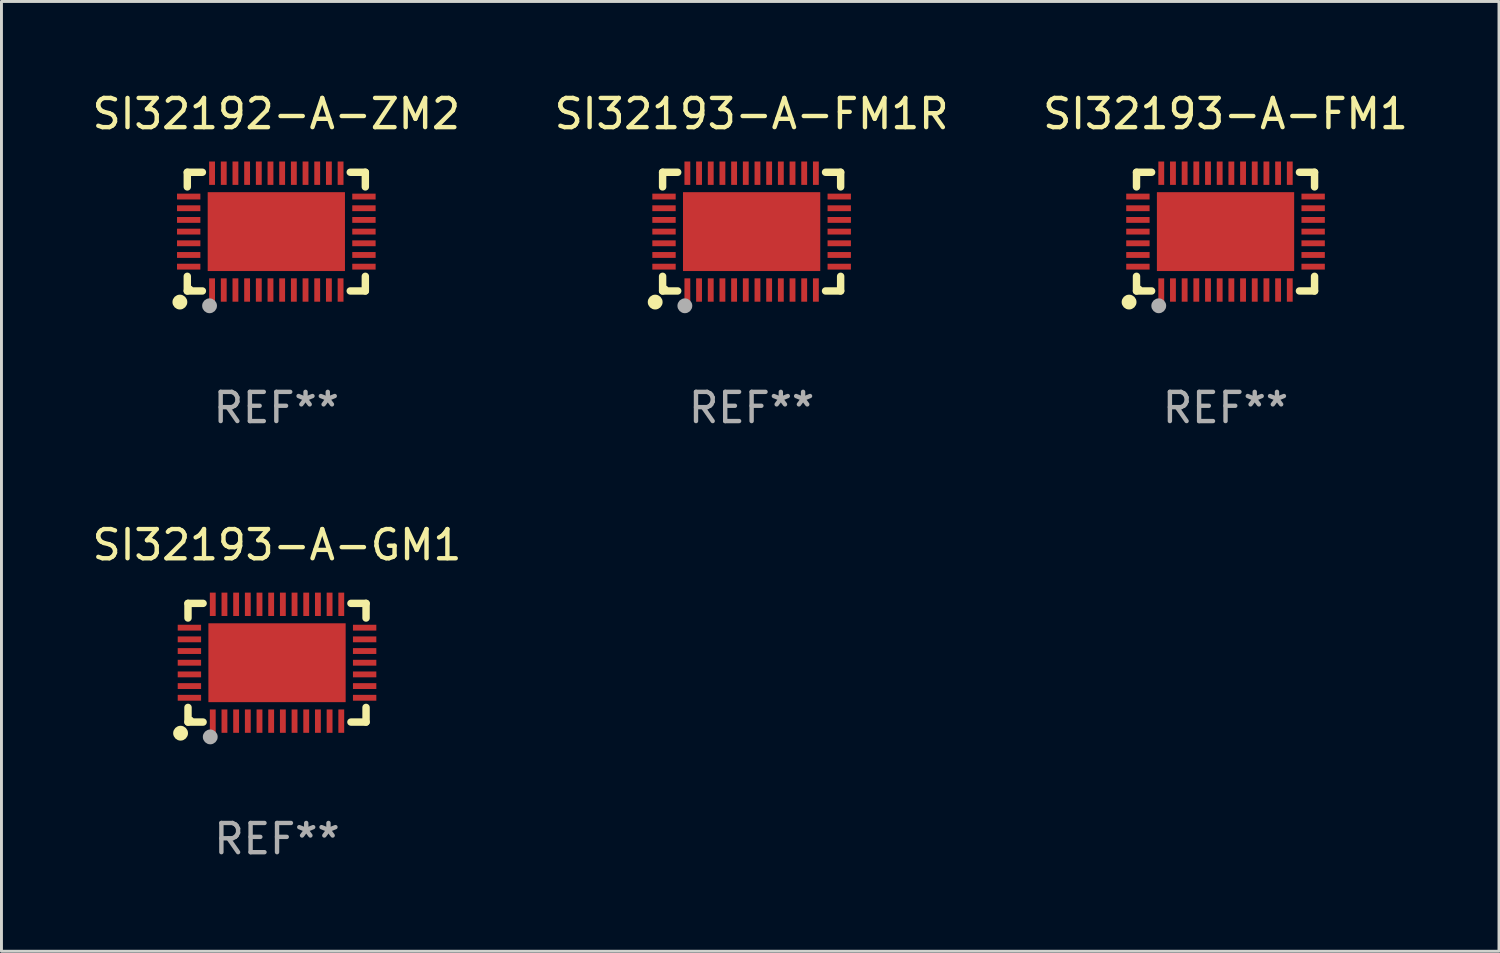
<source format=kicad_pcb>
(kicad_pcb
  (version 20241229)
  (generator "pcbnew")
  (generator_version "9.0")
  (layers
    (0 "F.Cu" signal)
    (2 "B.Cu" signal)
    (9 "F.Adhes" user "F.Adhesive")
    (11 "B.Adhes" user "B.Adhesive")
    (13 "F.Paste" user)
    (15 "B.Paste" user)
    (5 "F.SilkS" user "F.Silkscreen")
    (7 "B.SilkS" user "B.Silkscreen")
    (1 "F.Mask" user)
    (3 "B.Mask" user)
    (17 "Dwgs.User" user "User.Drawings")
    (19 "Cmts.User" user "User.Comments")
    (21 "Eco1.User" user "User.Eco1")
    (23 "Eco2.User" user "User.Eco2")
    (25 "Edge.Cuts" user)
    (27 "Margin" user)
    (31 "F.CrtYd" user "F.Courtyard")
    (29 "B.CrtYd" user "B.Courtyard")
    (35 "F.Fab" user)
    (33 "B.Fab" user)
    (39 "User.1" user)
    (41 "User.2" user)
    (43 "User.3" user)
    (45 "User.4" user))
  (footprint "SI32193-A-GM1"
    (layer "F.Cu")
    (at 6.435 19.641)
    (property "Reference" "SI32193-A-GM1" (at 0 -4.032 0) (layer "F.SilkS") (effects (font (size 1 1) (thickness 0.15))))
    (attr through_hole)
    (fp_line (start -3.048 -2.032) (end -3.048 -1.531) (stroke (width 0.254) (type solid)) (layer "F.SilkS"))
    (fp_line (start -3.048 1.531) (end -3.048 2.032) (stroke (width 0.254) (type solid)) (layer "F.SilkS"))
    (fp_line (start -3.048 2.032) (end -2.531 2.032) (stroke (width 0.254) (type solid)) (layer "F.SilkS"))
    (fp_line (start -2.531 -2.032) (end -3.048 -2.032) (stroke (width 0.254) (type solid)) (layer "F.SilkS"))
    (fp_line (start 2.531 2.032) (end 3.048 2.032) (stroke (width 0.254) (type solid)) (layer "F.SilkS"))
    (fp_line (start 3.048 -2.032) (end 2.531 -2.032) (stroke (width 0.254) (type solid)) (layer "F.SilkS"))
    (fp_line (start 3.048 -1.531) (end 3.048 -2.032) (stroke (width 0.254) (type solid)) (layer "F.SilkS"))
    (fp_line (start 3.048 2.032) (end 3.048 1.531) (stroke (width 0.254) (type solid)) (layer "F.SilkS"))
    (fp_circle (center -3.302 2.413) (end -3.175 2.413) (stroke (width 0.254) (type solid)) (fill no) (layer "F.SilkS"))
    (fp_circle (center -2.95 1.95) (end -2.9 1.95) (stroke (width 0.1) (type solid)) (fill no) (layer "F.SilkS"))
    (fp_circle (center -2.286 2.54) (end -2.159 2.54) (stroke (width 0.254) (type solid)) (fill no) (layer "F.Fab"))
    (fp_text user "REF**" (at 0 6.032 0) (layer "F.Fab") (effects (font (size 1 1) (thickness 0.15))))
    (pad "1" smd rect (at -2.2 2 90) (size 0.8 0.2) (layers "F.Cu" "F.Mask" "F.Paste"))
    (pad "2" smd rect (at -1.8 2 90) (size 0.8 0.2) (layers "F.Cu" "F.Mask" "F.Paste"))
    (pad "3" smd rect (at -1.4 2 90) (size 0.8 0.2) (layers "F.Cu" "F.Mask" "F.Paste"))
    (pad "4" smd rect (at -1 2 90) (size 0.8 0.2) (layers "F.Cu" "F.Mask" "F.Paste"))
    (pad "5" smd rect (at -0.6 2 90) (size 0.8 0.2) (layers "F.Cu" "F.Mask" "F.Paste"))
    (pad "6" smd rect (at -0.2 2 90) (size 0.8 0.2) (layers "F.Cu" "F.Mask" "F.Paste"))
    (pad "7" smd rect (at 0.2 2 90) (size 0.8 0.2) (layers "F.Cu" "F.Mask" "F.Paste"))
    (pad "8" smd rect (at 0.6 2 90) (size 0.8 0.2) (layers "F.Cu" "F.Mask" "F.Paste"))
    (pad "9" smd rect (at 1 2 90) (size 0.8 0.2) (layers "F.Cu" "F.Mask" "F.Paste"))
    (pad "10" smd rect (at 1.4 2 90) (size 0.8 0.2) (layers "F.Cu" "F.Mask" "F.Paste"))
    (pad "11" smd rect (at 1.8 2 90) (size 0.8 0.2) (layers "F.Cu" "F.Mask" "F.Paste"))
    (pad "12" smd rect (at 2.2 2 90) (size 0.8 0.2) (layers "F.Cu" "F.Mask" "F.Paste"))
    (pad "13" smd rect (at 3 1.2 180) (size 0.8 0.2) (layers "F.Cu" "F.Mask" "F.Paste"))
    (pad "14" smd rect (at 3 0.8 180) (size 0.8 0.2) (layers "F.Cu" "F.Mask" "F.Paste"))
    (pad "15" smd rect (at 3 0.4 180) (size 0.8 0.2) (layers "F.Cu" "F.Mask" "F.Paste"))
    (pad "16" smd rect (at 3 0.000076 180) (size 0.8 0.2) (layers "F.Cu" "F.Mask" "F.Paste"))
    (pad "17" smd rect (at 3 -0.4 180) (size 0.8 0.2) (layers "F.Cu" "F.Mask" "F.Paste"))
    (pad "18" smd rect (at 3 -0.8 180) (size 0.8 0.2) (layers "F.Cu" "F.Mask" "F.Paste"))
    (pad "19" smd rect (at 3 -1.2 180) (size 0.8 0.2) (layers "F.Cu" "F.Mask" "F.Paste"))
    (pad "20" smd rect (at 2.2 -2 270) (size 0.8 0.2) (layers "F.Cu" "F.Mask" "F.Paste"))
    (pad "21" smd rect (at 1.8 -2 270) (size 0.8 0.2) (layers "F.Cu" "F.Mask" "F.Paste"))
    (pad "22" smd rect (at 1.4 -2 270) (size 0.8 0.2) (layers "F.Cu" "F.Mask" "F.Paste"))
    (pad "23" smd rect (at 1 -2 270) (size 0.8 0.2) (layers "F.Cu" "F.Mask" "F.Paste"))
    (pad "24" smd rect (at 0.6 -2 270) (size 0.8 0.2) (layers "F.Cu" "F.Mask" "F.Paste"))
    (pad "25" smd rect (at 0.2 -2 270) (size 0.8 0.2) (layers "F.Cu" "F.Mask" "F.Paste"))
    (pad "26" smd rect (at -0.2 -2 270) (size 0.8 0.2) (layers "F.Cu" "F.Mask" "F.Paste"))
    (pad "27" smd rect (at -0.6 -2 270) (size 0.8 0.2) (layers "F.Cu" "F.Mask" "F.Paste"))
    (pad "28" smd rect (at -1 -2 270) (size 0.8 0.2) (layers "F.Cu" "F.Mask" "F.Paste"))
    (pad "29" smd rect (at -1.4 -2 270) (size 0.8 0.2) (layers "F.Cu" "F.Mask" "F.Paste"))
    (pad "30" smd rect (at -1.8 -2 270) (size 0.8 0.2) (layers "F.Cu" "F.Mask" "F.Paste"))
    (pad "31" smd rect (at -2.2 -2 270) (size 0.8 0.2) (layers "F.Cu" "F.Mask" "F.Paste"))
    (pad "32" smd rect (at -3 -1.2) (size 0.8 0.2) (layers "F.Cu" "F.Mask" "F.Paste"))
    (pad "33" smd rect (at -3 -0.8) (size 0.8 0.2) (layers "F.Cu" "F.Mask" "F.Paste"))
    (pad "34" smd rect (at -3 -0.4) (size 0.8 0.2) (layers "F.Cu" "F.Mask" "F.Paste"))
    (pad "35" smd rect (at -3 0.000076) (size 0.8 0.2) (layers "F.Cu" "F.Mask" "F.Paste"))
    (pad "36" smd rect (at -3 0.4) (size 0.8 0.2) (layers "F.Cu" "F.Mask" "F.Paste"))
    (pad "37" smd rect (at -3 0.8) (size 0.8 0.2) (layers "F.Cu" "F.Mask" "F.Paste"))
    (pad "38" smd rect (at -3 1.2) (size 0.8 0.2) (layers "F.Cu" "F.Mask" "F.Paste"))
    (pad "39" smd rect (at 0.000127 0.000076) (size 4.7 2.7) (layers "F.Cu" "F.Mask" "F.Paste")))
  (footprint "SI32192-A-ZM2"
    (layer "F.Cu")
    (at 6.411 4.88)
    (property "Reference" "SI32192-A-ZM2" (at 0 -4.032 0) (layer "F.SilkS") (effects (font (size 1 1) (thickness 0.15))))
    (attr through_hole)
    (fp_line (start -3.048 -2.032) (end -3.048 -1.531) (stroke (width 0.254) (type solid)) (layer "F.SilkS"))
    (fp_line (start -3.048 1.531) (end -3.048 2.032) (stroke (width 0.254) (type solid)) (layer "F.SilkS"))
    (fp_line (start -3.048 2.032) (end -2.531 2.032) (stroke (width 0.254) (type solid)) (layer "F.SilkS"))
    (fp_line (start -2.531 -2.032) (end -3.048 -2.032) (stroke (width 0.254) (type solid)) (layer "F.SilkS"))
    (fp_line (start 2.531 2.032) (end 3.048 2.032) (stroke (width 0.254) (type solid)) (layer "F.SilkS"))
    (fp_line (start 3.048 -2.032) (end 2.531 -2.032) (stroke (width 0.254) (type solid)) (layer "F.SilkS"))
    (fp_line (start 3.048 -1.531) (end 3.048 -2.032) (stroke (width 0.254) (type solid)) (layer "F.SilkS"))
    (fp_line (start 3.048 2.032) (end 3.048 1.531) (stroke (width 0.254) (type solid)) (layer "F.SilkS"))
    (fp_circle (center -3.302 2.413) (end -3.175 2.413) (stroke (width 0.254) (type solid)) (fill no) (layer "F.SilkS"))
    (fp_circle (center -2.95 1.95) (end -2.9 1.95) (stroke (width 0.1) (type solid)) (fill no) (layer "F.SilkS"))
    (fp_circle (center -2.286 2.54) (end -2.159 2.54) (stroke (width 0.254) (type solid)) (fill no) (layer "F.Fab"))
    (fp_text user "REF**" (at 0 6.032 0) (layer "F.Fab") (effects (font (size 1 1) (thickness 0.15))))
    (pad "1" smd rect (at -2.2 2 90) (size 0.8 0.2) (layers "F.Cu" "F.Mask" "F.Paste"))
    (pad "2" smd rect (at -1.8 2 90) (size 0.8 0.2) (layers "F.Cu" "F.Mask" "F.Paste"))
    (pad "3" smd rect (at -1.4 2 90) (size 0.8 0.2) (layers "F.Cu" "F.Mask" "F.Paste"))
    (pad "4" smd rect (at -1 2 90) (size 0.8 0.2) (layers "F.Cu" "F.Mask" "F.Paste"))
    (pad "5" smd rect (at -0.6 2 90) (size 0.8 0.2) (layers "F.Cu" "F.Mask" "F.Paste"))
    (pad "6" smd rect (at -0.2 2 90) (size 0.8 0.2) (layers "F.Cu" "F.Mask" "F.Paste"))
    (pad "7" smd rect (at 0.2 2 90) (size 0.8 0.2) (layers "F.Cu" "F.Mask" "F.Paste"))
    (pad "8" smd rect (at 0.6 2 90) (size 0.8 0.2) (layers "F.Cu" "F.Mask" "F.Paste"))
    (pad "9" smd rect (at 1 2 90) (size 0.8 0.2) (layers "F.Cu" "F.Mask" "F.Paste"))
    (pad "10" smd rect (at 1.4 2 90) (size 0.8 0.2) (layers "F.Cu" "F.Mask" "F.Paste"))
    (pad "11" smd rect (at 1.8 2 90) (size 0.8 0.2) (layers "F.Cu" "F.Mask" "F.Paste"))
    (pad "12" smd rect (at 2.2 2 90) (size 0.8 0.2) (layers "F.Cu" "F.Mask" "F.Paste"))
    (pad "13" smd rect (at 3 1.2 180) (size 0.8 0.2) (layers "F.Cu" "F.Mask" "F.Paste"))
    (pad "14" smd rect (at 3 0.8 180) (size 0.8 0.2) (layers "F.Cu" "F.Mask" "F.Paste"))
    (pad "15" smd rect (at 3 0.4 180) (size 0.8 0.2) (layers "F.Cu" "F.Mask" "F.Paste"))
    (pad "16" smd rect (at 3 0.000076 180) (size 0.8 0.2) (layers "F.Cu" "F.Mask" "F.Paste"))
    (pad "17" smd rect (at 3 -0.4 180) (size 0.8 0.2) (layers "F.Cu" "F.Mask" "F.Paste"))
    (pad "18" smd rect (at 3 -0.8 180) (size 0.8 0.2) (layers "F.Cu" "F.Mask" "F.Paste"))
    (pad "19" smd rect (at 3 -1.2 180) (size 0.8 0.2) (layers "F.Cu" "F.Mask" "F.Paste"))
    (pad "20" smd rect (at 2.2 -2 270) (size 0.8 0.2) (layers "F.Cu" "F.Mask" "F.Paste"))
    (pad "21" smd rect (at 1.8 -2 270) (size 0.8 0.2) (layers "F.Cu" "F.Mask" "F.Paste"))
    (pad "22" smd rect (at 1.4 -2 270) (size 0.8 0.2) (layers "F.Cu" "F.Mask" "F.Paste"))
    (pad "23" smd rect (at 1 -2 270) (size 0.8 0.2) (layers "F.Cu" "F.Mask" "F.Paste"))
    (pad "24" smd rect (at 0.6 -2 270) (size 0.8 0.2) (layers "F.Cu" "F.Mask" "F.Paste"))
    (pad "25" smd rect (at 0.2 -2 270) (size 0.8 0.2) (layers "F.Cu" "F.Mask" "F.Paste"))
    (pad "26" smd rect (at -0.2 -2 270) (size 0.8 0.2) (layers "F.Cu" "F.Mask" "F.Paste"))
    (pad "27" smd rect (at -0.6 -2 270) (size 0.8 0.2) (layers "F.Cu" "F.Mask" "F.Paste"))
    (pad "28" smd rect (at -1 -2 270) (size 0.8 0.2) (layers "F.Cu" "F.Mask" "F.Paste"))
    (pad "29" smd rect (at -1.4 -2 270) (size 0.8 0.2) (layers "F.Cu" "F.Mask" "F.Paste"))
    (pad "30" smd rect (at -1.8 -2 270) (size 0.8 0.2) (layers "F.Cu" "F.Mask" "F.Paste"))
    (pad "31" smd rect (at -2.2 -2 270) (size 0.8 0.2) (layers "F.Cu" "F.Mask" "F.Paste"))
    (pad "32" smd rect (at -3 -1.2) (size 0.8 0.2) (layers "F.Cu" "F.Mask" "F.Paste"))
    (pad "33" smd rect (at -3 -0.8) (size 0.8 0.2) (layers "F.Cu" "F.Mask" "F.Paste"))
    (pad "34" smd rect (at -3 -0.4) (size 0.8 0.2) (layers "F.Cu" "F.Mask" "F.Paste"))
    (pad "35" smd rect (at -3 0.000076) (size 0.8 0.2) (layers "F.Cu" "F.Mask" "F.Paste"))
    (pad "36" smd rect (at -3 0.4) (size 0.8 0.2) (layers "F.Cu" "F.Mask" "F.Paste"))
    (pad "37" smd rect (at -3 0.8) (size 0.8 0.2) (layers "F.Cu" "F.Mask" "F.Paste"))
    (pad "38" smd rect (at -3 1.2) (size 0.8 0.2) (layers "F.Cu" "F.Mask" "F.Paste"))
    (pad "39" smd rect (at 0.000127 0.000076) (size 4.7 2.7) (layers "F.Cu" "F.Mask" "F.Paste")))
  (footprint "SI32193-A-FM1R"
    (layer "F.Cu")
    (at 22.685 4.88)
    (property "Reference" "SI32193-A-FM1R" (at 0 -4.032 0) (layer "F.SilkS") (effects (font (size 1 1) (thickness 0.15))))
    (attr through_hole)
    (fp_line (start -3.048 -2.032) (end -3.048 -1.531) (stroke (width 0.254) (type solid)) (layer "F.SilkS"))
    (fp_line (start -3.048 1.531) (end -3.048 2.032) (stroke (width 0.254) (type solid)) (layer "F.SilkS"))
    (fp_line (start -3.048 2.032) (end -2.531 2.032) (stroke (width 0.254) (type solid)) (layer "F.SilkS"))
    (fp_line (start -2.531 -2.032) (end -3.048 -2.032) (stroke (width 0.254) (type solid)) (layer "F.SilkS"))
    (fp_line (start 2.531 2.032) (end 3.048 2.032) (stroke (width 0.254) (type solid)) (layer "F.SilkS"))
    (fp_line (start 3.048 -2.032) (end 2.531 -2.032) (stroke (width 0.254) (type solid)) (layer "F.SilkS"))
    (fp_line (start 3.048 -1.531) (end 3.048 -2.032) (stroke (width 0.254) (type solid)) (layer "F.SilkS"))
    (fp_line (start 3.048 2.032) (end 3.048 1.531) (stroke (width 0.254) (type solid)) (layer "F.SilkS"))
    (fp_circle (center -3.302 2.413) (end -3.175 2.413) (stroke (width 0.254) (type solid)) (fill no) (layer "F.SilkS"))
    (fp_circle (center -2.95 1.95) (end -2.9 1.95) (stroke (width 0.1) (type solid)) (fill no) (layer "F.SilkS"))
    (fp_circle (center -2.286 2.54) (end -2.159 2.54) (stroke (width 0.254) (type solid)) (fill no) (layer "F.Fab"))
    (fp_text user "REF**" (at 0 6.032 0) (layer "F.Fab") (effects (font (size 1 1) (thickness 0.15))))
    (pad "1" smd rect (at -2.2 2 90) (size 0.8 0.2) (layers "F.Cu" "F.Mask" "F.Paste"))
    (pad "2" smd rect (at -1.8 2 90) (size 0.8 0.2) (layers "F.Cu" "F.Mask" "F.Paste"))
    (pad "3" smd rect (at -1.4 2 90) (size 0.8 0.2) (layers "F.Cu" "F.Mask" "F.Paste"))
    (pad "4" smd rect (at -1 2 90) (size 0.8 0.2) (layers "F.Cu" "F.Mask" "F.Paste"))
    (pad "5" smd rect (at -0.6 2 90) (size 0.8 0.2) (layers "F.Cu" "F.Mask" "F.Paste"))
    (pad "6" smd rect (at -0.2 2 90) (size 0.8 0.2) (layers "F.Cu" "F.Mask" "F.Paste"))
    (pad "7" smd rect (at 0.2 2 90) (size 0.8 0.2) (layers "F.Cu" "F.Mask" "F.Paste"))
    (pad "8" smd rect (at 0.6 2 90) (size 0.8 0.2) (layers "F.Cu" "F.Mask" "F.Paste"))
    (pad "9" smd rect (at 1 2 90) (size 0.8 0.2) (layers "F.Cu" "F.Mask" "F.Paste"))
    (pad "10" smd rect (at 1.4 2 90) (size 0.8 0.2) (layers "F.Cu" "F.Mask" "F.Paste"))
    (pad "11" smd rect (at 1.8 2 90) (size 0.8 0.2) (layers "F.Cu" "F.Mask" "F.Paste"))
    (pad "12" smd rect (at 2.2 2 90) (size 0.8 0.2) (layers "F.Cu" "F.Mask" "F.Paste"))
    (pad "13" smd rect (at 3 1.2 180) (size 0.8 0.2) (layers "F.Cu" "F.Mask" "F.Paste"))
    (pad "14" smd rect (at 3 0.8 180) (size 0.8 0.2) (layers "F.Cu" "F.Mask" "F.Paste"))
    (pad "15" smd rect (at 3 0.4 180) (size 0.8 0.2) (layers "F.Cu" "F.Mask" "F.Paste"))
    (pad "16" smd rect (at 3 0.000076 180) (size 0.8 0.2) (layers "F.Cu" "F.Mask" "F.Paste"))
    (pad "17" smd rect (at 3 -0.4 180) (size 0.8 0.2) (layers "F.Cu" "F.Mask" "F.Paste"))
    (pad "18" smd rect (at 3 -0.8 180) (size 0.8 0.2) (layers "F.Cu" "F.Mask" "F.Paste"))
    (pad "19" smd rect (at 3 -1.2 180) (size 0.8 0.2) (layers "F.Cu" "F.Mask" "F.Paste"))
    (pad "20" smd rect (at 2.2 -2 270) (size 0.8 0.2) (layers "F.Cu" "F.Mask" "F.Paste"))
    (pad "21" smd rect (at 1.8 -2 270) (size 0.8 0.2) (layers "F.Cu" "F.Mask" "F.Paste"))
    (pad "22" smd rect (at 1.4 -2 270) (size 0.8 0.2) (layers "F.Cu" "F.Mask" "F.Paste"))
    (pad "23" smd rect (at 1 -2 270) (size 0.8 0.2) (layers "F.Cu" "F.Mask" "F.Paste"))
    (pad "24" smd rect (at 0.6 -2 270) (size 0.8 0.2) (layers "F.Cu" "F.Mask" "F.Paste"))
    (pad "25" smd rect (at 0.2 -2 270) (size 0.8 0.2) (layers "F.Cu" "F.Mask" "F.Paste"))
    (pad "26" smd rect (at -0.2 -2 270) (size 0.8 0.2) (layers "F.Cu" "F.Mask" "F.Paste"))
    (pad "27" smd rect (at -0.6 -2 270) (size 0.8 0.2) (layers "F.Cu" "F.Mask" "F.Paste"))
    (pad "28" smd rect (at -1 -2 270) (size 0.8 0.2) (layers "F.Cu" "F.Mask" "F.Paste"))
    (pad "29" smd rect (at -1.4 -2 270) (size 0.8 0.2) (layers "F.Cu" "F.Mask" "F.Paste"))
    (pad "30" smd rect (at -1.8 -2 270) (size 0.8 0.2) (layers "F.Cu" "F.Mask" "F.Paste"))
    (pad "31" smd rect (at -2.2 -2 270) (size 0.8 0.2) (layers "F.Cu" "F.Mask" "F.Paste"))
    (pad "32" smd rect (at -3 -1.2) (size 0.8 0.2) (layers "F.Cu" "F.Mask" "F.Paste"))
    (pad "33" smd rect (at -3 -0.8) (size 0.8 0.2) (layers "F.Cu" "F.Mask" "F.Paste"))
    (pad "34" smd rect (at -3 -0.4) (size 0.8 0.2) (layers "F.Cu" "F.Mask" "F.Paste"))
    (pad "35" smd rect (at -3 0.000076) (size 0.8 0.2) (layers "F.Cu" "F.Mask" "F.Paste"))
    (pad "36" smd rect (at -3 0.4) (size 0.8 0.2) (layers "F.Cu" "F.Mask" "F.Paste"))
    (pad "37" smd rect (at -3 0.8) (size 0.8 0.2) (layers "F.Cu" "F.Mask" "F.Paste"))
    (pad "38" smd rect (at -3 1.2) (size 0.8 0.2) (layers "F.Cu" "F.Mask" "F.Paste"))
    (pad "39" smd rect (at 0.000127 0.000076) (size 4.7 2.7) (layers "F.Cu" "F.Mask" "F.Paste")))
  (footprint "SI32193-A-FM1"
    (layer "F.Cu")
    (at 38.911 4.88)
    (property "Reference" "SI32193-A-FM1" (at 0 -4.032 0) (layer "F.SilkS") (effects (font (size 1 1) (thickness 0.15))))
    (attr through_hole)
    (fp_line (start -3.048 -2.032) (end -3.048 -1.531) (stroke (width 0.254) (type solid)) (layer "F.SilkS"))
    (fp_line (start -3.048 1.531) (end -3.048 2.032) (stroke (width 0.254) (type solid)) (layer "F.SilkS"))
    (fp_line (start -3.048 2.032) (end -2.531 2.032) (stroke (width 0.254) (type solid)) (layer "F.SilkS"))
    (fp_line (start -2.531 -2.032) (end -3.048 -2.032) (stroke (width 0.254) (type solid)) (layer "F.SilkS"))
    (fp_line (start 2.531 2.032) (end 3.048 2.032) (stroke (width 0.254) (type solid)) (layer "F.SilkS"))
    (fp_line (start 3.048 -2.032) (end 2.531 -2.032) (stroke (width 0.254) (type solid)) (layer "F.SilkS"))
    (fp_line (start 3.048 -1.531) (end 3.048 -2.032) (stroke (width 0.254) (type solid)) (layer "F.SilkS"))
    (fp_line (start 3.048 2.032) (end 3.048 1.531) (stroke (width 0.254) (type solid)) (layer "F.SilkS"))
    (fp_circle (center -3.302 2.413) (end -3.175 2.413) (stroke (width 0.254) (type solid)) (fill no) (layer "F.SilkS"))
    (fp_circle (center -2.95 1.95) (end -2.9 1.95) (stroke (width 0.1) (type solid)) (fill no) (layer "F.SilkS"))
    (fp_circle (center -2.286 2.54) (end -2.159 2.54) (stroke (width 0.254) (type solid)) (fill no) (layer "F.Fab"))
    (fp_text user "REF**" (at 0 6.032 0) (layer "F.Fab") (effects (font (size 1 1) (thickness 0.15))))
    (pad "1" smd rect (at -2.2 2 90) (size 0.8 0.2) (layers "F.Cu" "F.Mask" "F.Paste"))
    (pad "2" smd rect (at -1.8 2 90) (size 0.8 0.2) (layers "F.Cu" "F.Mask" "F.Paste"))
    (pad "3" smd rect (at -1.4 2 90) (size 0.8 0.2) (layers "F.Cu" "F.Mask" "F.Paste"))
    (pad "4" smd rect (at -1 2 90) (size 0.8 0.2) (layers "F.Cu" "F.Mask" "F.Paste"))
    (pad "5" smd rect (at -0.6 2 90) (size 0.8 0.2) (layers "F.Cu" "F.Mask" "F.Paste"))
    (pad "6" smd rect (at -0.2 2 90) (size 0.8 0.2) (layers "F.Cu" "F.Mask" "F.Paste"))
    (pad "7" smd rect (at 0.2 2 90) (size 0.8 0.2) (layers "F.Cu" "F.Mask" "F.Paste"))
    (pad "8" smd rect (at 0.6 2 90) (size 0.8 0.2) (layers "F.Cu" "F.Mask" "F.Paste"))
    (pad "9" smd rect (at 1 2 90) (size 0.8 0.2) (layers "F.Cu" "F.Mask" "F.Paste"))
    (pad "10" smd rect (at 1.4 2 90) (size 0.8 0.2) (layers "F.Cu" "F.Mask" "F.Paste"))
    (pad "11" smd rect (at 1.8 2 90) (size 0.8 0.2) (layers "F.Cu" "F.Mask" "F.Paste"))
    (pad "12" smd rect (at 2.2 2 90) (size 0.8 0.2) (layers "F.Cu" "F.Mask" "F.Paste"))
    (pad "13" smd rect (at 3 1.2 180) (size 0.8 0.2) (layers "F.Cu" "F.Mask" "F.Paste"))
    (pad "14" smd rect (at 3 0.8 180) (size 0.8 0.2) (layers "F.Cu" "F.Mask" "F.Paste"))
    (pad "15" smd rect (at 3 0.4 180) (size 0.8 0.2) (layers "F.Cu" "F.Mask" "F.Paste"))
    (pad "16" smd rect (at 3 0.000076 180) (size 0.8 0.2) (layers "F.Cu" "F.Mask" "F.Paste"))
    (pad "17" smd rect (at 3 -0.4 180) (size 0.8 0.2) (layers "F.Cu" "F.Mask" "F.Paste"))
    (pad "18" smd rect (at 3 -0.8 180) (size 0.8 0.2) (layers "F.Cu" "F.Mask" "F.Paste"))
    (pad "19" smd rect (at 3 -1.2 180) (size 0.8 0.2) (layers "F.Cu" "F.Mask" "F.Paste"))
    (pad "20" smd rect (at 2.2 -2 270) (size 0.8 0.2) (layers "F.Cu" "F.Mask" "F.Paste"))
    (pad "21" smd rect (at 1.8 -2 270) (size 0.8 0.2) (layers "F.Cu" "F.Mask" "F.Paste"))
    (pad "22" smd rect (at 1.4 -2 270) (size 0.8 0.2) (layers "F.Cu" "F.Mask" "F.Paste"))
    (pad "23" smd rect (at 1 -2 270) (size 0.8 0.2) (layers "F.Cu" "F.Mask" "F.Paste"))
    (pad "24" smd rect (at 0.6 -2 270) (size 0.8 0.2) (layers "F.Cu" "F.Mask" "F.Paste"))
    (pad "25" smd rect (at 0.2 -2 270) (size 0.8 0.2) (layers "F.Cu" "F.Mask" "F.Paste"))
    (pad "26" smd rect (at -0.2 -2 270) (size 0.8 0.2) (layers "F.Cu" "F.Mask" "F.Paste"))
    (pad "27" smd rect (at -0.6 -2 270) (size 0.8 0.2) (layers "F.Cu" "F.Mask" "F.Paste"))
    (pad "28" smd rect (at -1 -2 270) (size 0.8 0.2) (layers "F.Cu" "F.Mask" "F.Paste"))
    (pad "29" smd rect (at -1.4 -2 270) (size 0.8 0.2) (layers "F.Cu" "F.Mask" "F.Paste"))
    (pad "30" smd rect (at -1.8 -2 270) (size 0.8 0.2) (layers "F.Cu" "F.Mask" "F.Paste"))
    (pad "31" smd rect (at -2.2 -2 270) (size 0.8 0.2) (layers "F.Cu" "F.Mask" "F.Paste"))
    (pad "32" smd rect (at -3 -1.2) (size 0.8 0.2) (layers "F.Cu" "F.Mask" "F.Paste"))
    (pad "33" smd rect (at -3 -0.8) (size 0.8 0.2) (layers "F.Cu" "F.Mask" "F.Paste"))
    (pad "34" smd rect (at -3 -0.4) (size 0.8 0.2) (layers "F.Cu" "F.Mask" "F.Paste"))
    (pad "35" smd rect (at -3 0.000076) (size 0.8 0.2) (layers "F.Cu" "F.Mask" "F.Paste"))
    (pad "36" smd rect (at -3 0.4) (size 0.8 0.2) (layers "F.Cu" "F.Mask" "F.Paste"))
    (pad "37" smd rect (at -3 0.8) (size 0.8 0.2) (layers "F.Cu" "F.Mask" "F.Paste"))
    (pad "38" smd rect (at -3 1.2) (size 0.8 0.2) (layers "F.Cu" "F.Mask" "F.Paste"))
    (pad "39" smd rect (at 0.000127 0.000076) (size 4.7 2.7) (layers "F.Cu" "F.Mask" "F.Paste")))
  (gr_rect
    (start -3 -3)
    (end 48.274 29.521)
    (stroke (width 0.1) (type default))
    (fill no)
    (layer "Edge.Cuts")))
</source>
